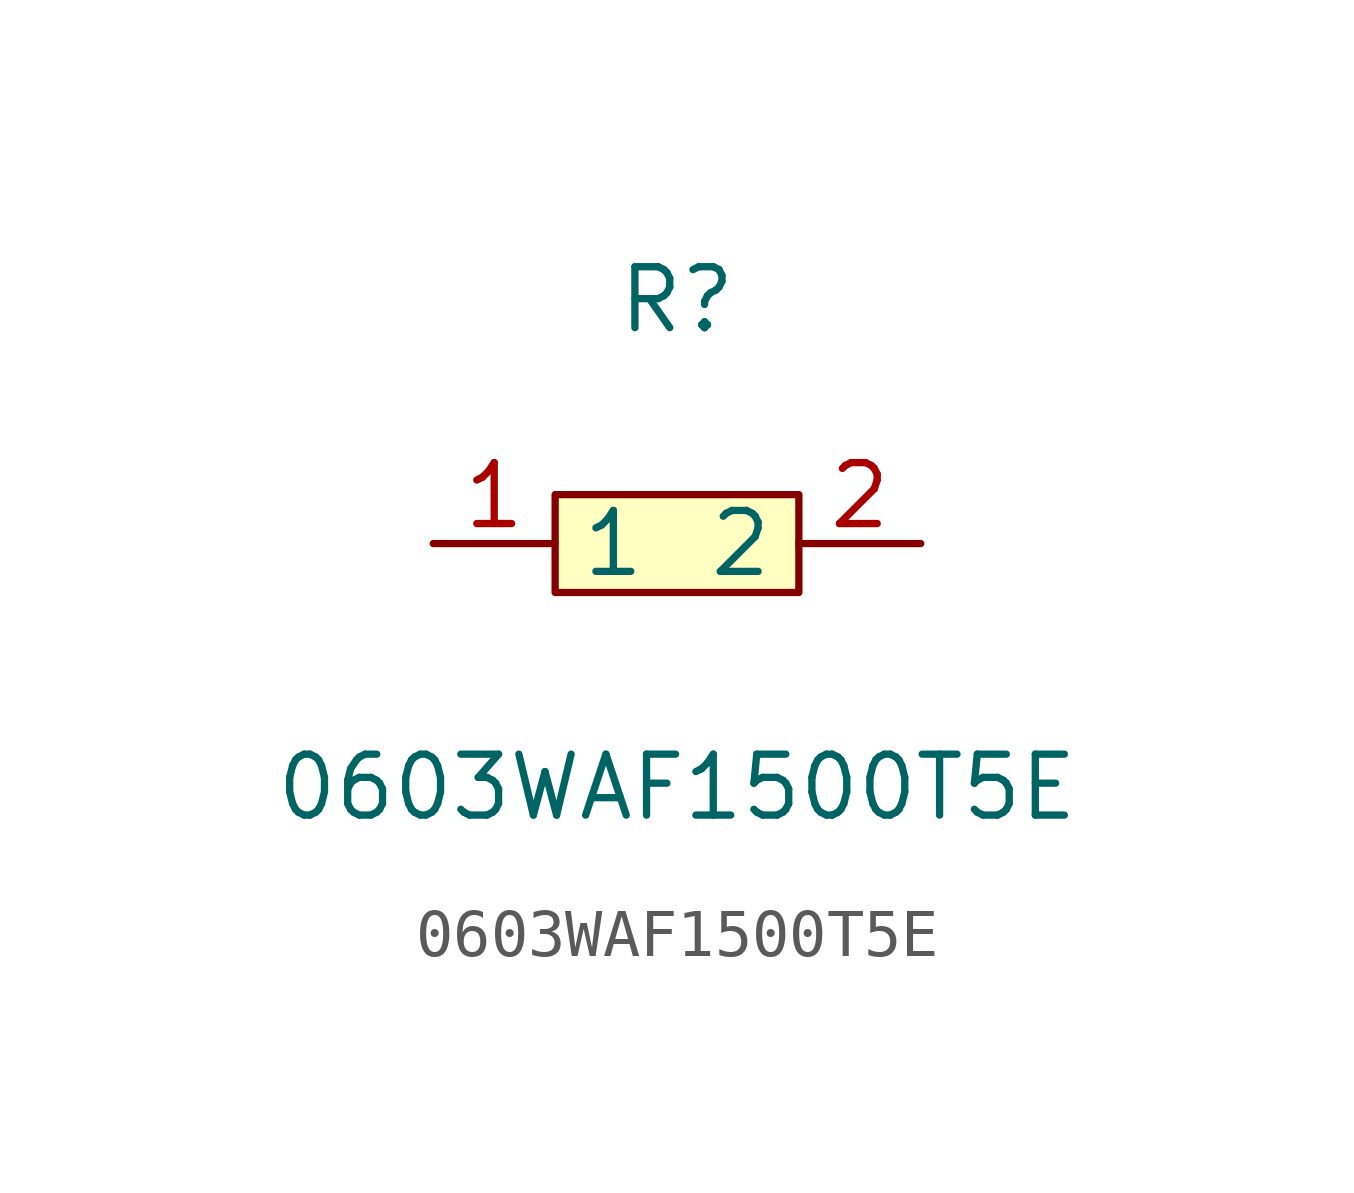
<source format=kicad_sym>
(kicad_symbol_lib
  (version 1)
  (generator "faebryk")
  (symbol "0603WAF1500T5E"
    (property "Reference" "R"
      (at 0 5.08 0)
      (effects (font (size 1.27 1.27)) (hide no)))
    (property "Value" "0603WAF1500T5E"
      (at 0 -5.08 0)
      (effects (font (size 1.27 1.27)) (hide no)))
    (symbol "0603WAF1500T5E_0_1"
      (rectangle (start -2.54 1.02) (end 2.54 -1.02) (stroke (width 0) (type default) (color 0 0 0 0)) (fill (type background)))
      (pin input line (at 5.08 0 180) (length 2.54) (name "2" (effects (font (size 1.27 1.27)) (hide no))) (number "2" (effects (font (size 1.27 1.27)) (hide no))))
      (pin input line (at -5.08 0 0) (length 2.54) (name "1" (effects (font (size 1.27 1.27)) (hide no))) (number "1" (effects (font (size 1.27 1.27)) (hide no)))))))
</source>
